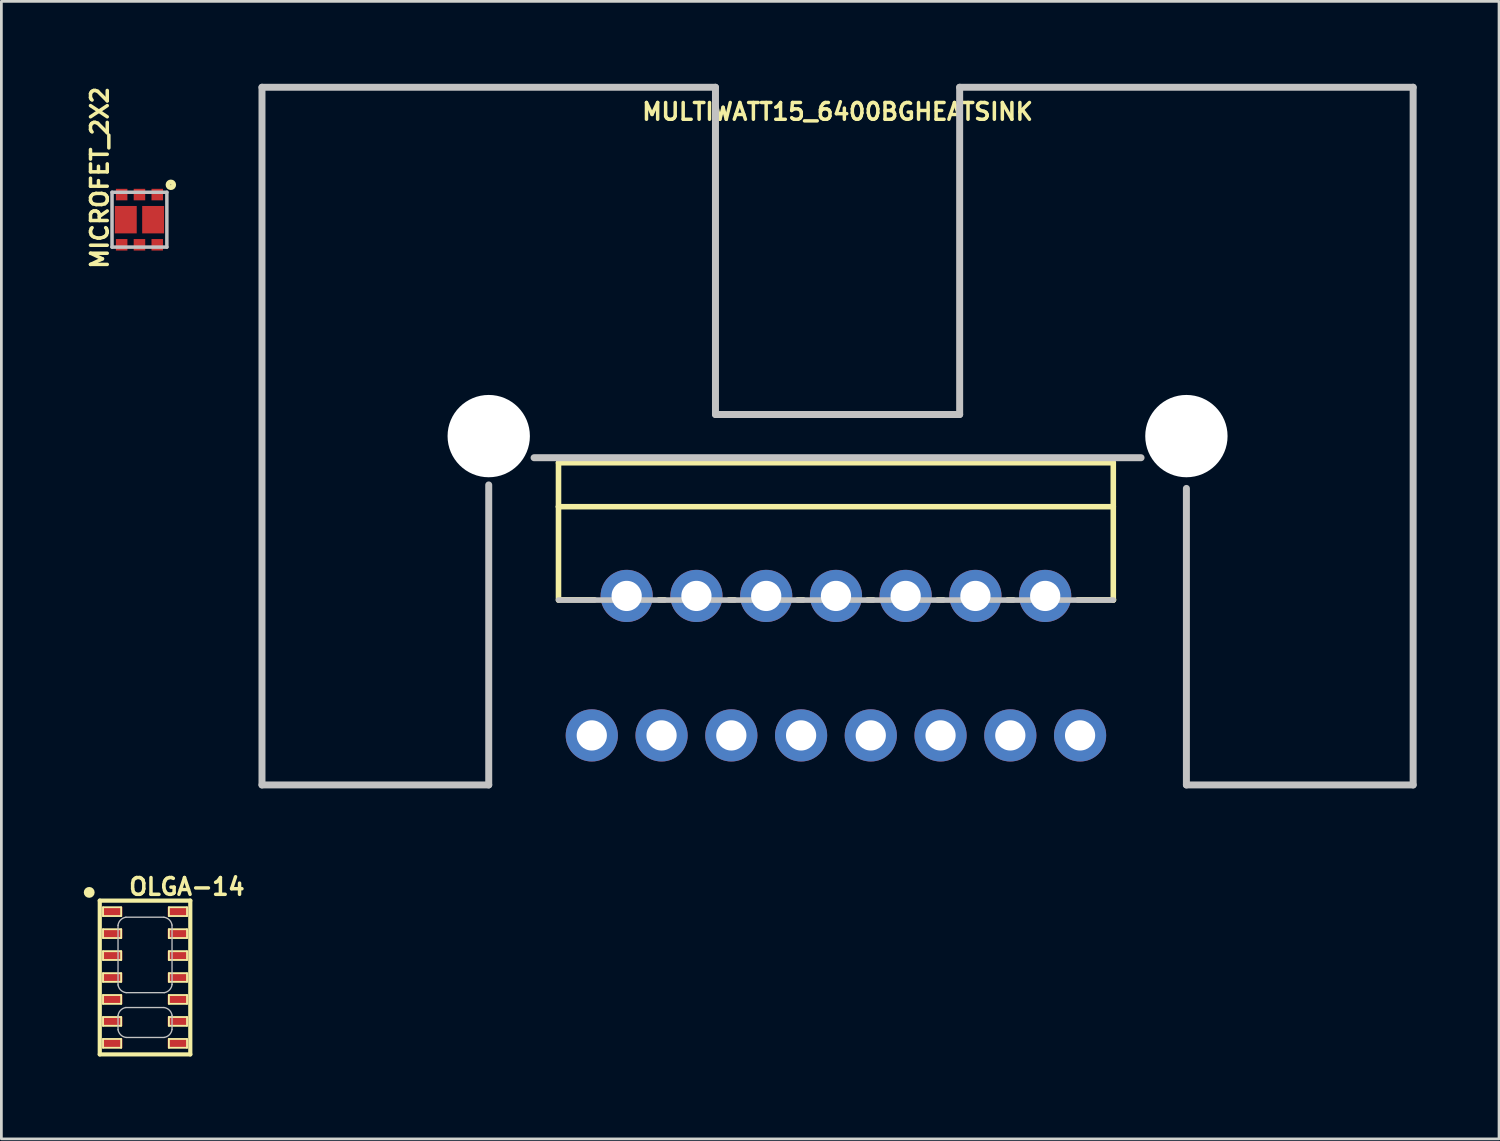
<source format=kicad_pcb>
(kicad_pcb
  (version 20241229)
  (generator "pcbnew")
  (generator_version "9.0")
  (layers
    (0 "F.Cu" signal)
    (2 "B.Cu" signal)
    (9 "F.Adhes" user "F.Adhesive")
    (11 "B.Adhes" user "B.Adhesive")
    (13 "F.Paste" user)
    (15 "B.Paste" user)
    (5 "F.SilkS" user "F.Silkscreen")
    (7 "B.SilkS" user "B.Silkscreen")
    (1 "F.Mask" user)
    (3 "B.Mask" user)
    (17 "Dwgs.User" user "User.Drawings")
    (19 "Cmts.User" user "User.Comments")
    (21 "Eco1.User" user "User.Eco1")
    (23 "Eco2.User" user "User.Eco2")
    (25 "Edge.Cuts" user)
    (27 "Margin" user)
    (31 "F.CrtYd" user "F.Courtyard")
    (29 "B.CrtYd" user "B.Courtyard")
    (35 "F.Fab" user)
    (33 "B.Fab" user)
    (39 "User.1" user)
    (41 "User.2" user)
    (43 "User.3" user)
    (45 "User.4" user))
  (footprint "MULTIWATT15_6400BGHEATSINK"
    (layer "F.Cu")
    (at 27.443 21.336)
    (property "Reference" "MULTIWATT15_6400BGHEATSINK" (at 0 -20.32 0) (layer "F.SilkS") (effects (font (size 0.61 0.61) (thickness 0.127))))
    (attr exclude_from_pos_files exclude_from_bom)
    (fp_line (start -10.16 -7.539) (end 10.038 -7.539) (stroke (width 0.203) (type solid)) (layer "F.SilkS"))
    (fp_line (start -10.16 -5.939) (end -10.16 -7.539) (stroke (width 0.203) (type solid)) (layer "F.SilkS"))
    (fp_line (start -10.16 -5.939) (end 10.038 -5.939) (stroke (width 0.203) (type solid)) (layer "F.SilkS"))
    (fp_line (start -10.16 -2.54) (end -10.16 -5.939) (stroke (width 0.203) (type solid)) (layer "F.SilkS"))
    (fp_line (start -10.15 -2.548) (end -8.849 -2.548) (stroke (width 0.203) (type solid)) (layer "F.SilkS"))
    (fp_line (start -6.5 -2.548) (end -6.299 -2.548) (stroke (width 0.203) (type solid)) (layer "F.SilkS"))
    (fp_line (start -3.95 -2.548) (end -3.749 -2.548) (stroke (width 0.203) (type solid)) (layer "F.SilkS"))
    (fp_line (start -1.448 -2.548) (end -1.25 -2.548) (stroke (width 0.203) (type solid)) (layer "F.SilkS"))
    (fp_line (start 1.1 -2.548) (end 1.298 -2.548) (stroke (width 0.203) (type solid)) (layer "F.SilkS"))
    (fp_line (start 3.65 -2.548) (end 3.848 -2.548) (stroke (width 0.203) (type solid)) (layer "F.SilkS"))
    (fp_line (start 6.198 -2.548) (end 6.398 -2.548) (stroke (width 0.203) (type solid)) (layer "F.SilkS"))
    (fp_line (start 10.038 -7.539) (end 10.038 -5.939) (stroke (width 0.203) (type solid)) (layer "F.SilkS"))
    (fp_line (start 10.038 -5.939) (end 10.038 -2.54) (stroke (width 0.203) (type solid)) (layer "F.SilkS"))
    (fp_line (start 10.048 -2.548) (end 8.748 -2.548) (stroke (width 0.203) (type solid)) (layer "F.SilkS"))
    (fp_line (start -20.955 -21.209) (end -4.445 -21.209) (stroke (width 0.254) (type solid)) (layer "Dwgs.User"))
    (fp_line (start -20.955 4.191) (end -20.955 -21.209) (stroke (width 0.254) (type solid)) (layer "Dwgs.User"))
    (fp_line (start -12.7 -6.731) (end -12.7 4.191) (stroke (width 0.254) (type solid)) (layer "Dwgs.User"))
    (fp_line (start -12.7 4.191) (end -20.955 4.191) (stroke (width 0.254) (type solid)) (layer "Dwgs.User"))
    (fp_line (start -11.049 -7.722) (end 11.049 -7.722) (stroke (width 0.254) (type solid)) (layer "Dwgs.User"))
    (fp_line (start -4.445 -21.209) (end -4.445 -9.296) (stroke (width 0.254) (type solid)) (layer "Dwgs.User"))
    (fp_line (start -4.445 -9.296) (end 4.445 -9.296) (stroke (width 0.254) (type solid)) (layer "Dwgs.User"))
    (fp_line (start 4.445 -21.209) (end 20.955 -21.209) (stroke (width 0.254) (type solid)) (layer "Dwgs.User"))
    (fp_line (start 4.445 -9.296) (end 4.445 -21.209) (stroke (width 0.254) (type solid)) (layer "Dwgs.User"))
    (fp_line (start 10.038 -2.54) (end -10.16 -2.54) (stroke (width 0.203) (type solid)) (layer "Dwgs.User"))
    (fp_line (start 12.7 -6.604) (end 12.7 4.191) (stroke (width 0.254) (type solid)) (layer "Dwgs.User"))
    (fp_line (start 12.7 4.191) (end 20.955 4.191) (stroke (width 0.254) (type solid)) (layer "Dwgs.User"))
    (fp_line (start 20.955 4.191) (end 20.955 -21.209) (stroke (width 0.254) (type solid)) (layer "Dwgs.User"))
    (pad "" np_thru_hole circle (at -12.7 -8.509) (size 2.997 2.997) (drill 2.997) (layers "*.Cu" "*.Mask"))
    (pad "" np_thru_hole circle (at 12.7 -8.509) (size 2.997 2.997) (drill 2.997) (layers "*.Cu" "*.Mask"))
    (pad "1" thru_hole circle (at -8.948 2.388) (size 1.9 1.9) (drill 1.1) (layers "*.Cu" "*.Paste" "*.Mask"))
    (pad "2" thru_hole circle (at -7.678 -2.69) (size 1.9 1.9) (drill 1.1) (layers "*.Cu" "*.Paste" "*.Mask"))
    (pad "3" thru_hole circle (at -6.408 2.388) (size 1.9 1.9) (drill 1.1) (layers "*.Cu" "*.Paste" "*.Mask"))
    (pad "4" thru_hole circle (at -5.138 -2.69) (size 1.9 1.9) (drill 1.1) (layers "*.Cu" "*.Paste" "*.Mask"))
    (pad "5" thru_hole circle (at -3.868 2.388) (size 1.9 1.9) (drill 1.1) (layers "*.Cu" "*.Paste" "*.Mask"))
    (pad "6" thru_hole circle (at -2.598 -2.69) (size 1.9 1.9) (drill 1.1) (layers "*.Cu" "*.Paste" "*.Mask"))
    (pad "7" thru_hole circle (at -1.328 2.388) (size 1.9 1.9) (drill 1.1) (layers "*.Cu" "*.Paste" "*.Mask"))
    (pad "8" thru_hole circle (at -0.058 -2.69) (size 1.9 1.9) (drill 1.1) (layers "*.Cu" "*.Paste" "*.Mask"))
    (pad "9" thru_hole circle (at 1.209 2.388) (size 1.9 1.9) (drill 1.1) (layers "*.Cu" "*.Paste" "*.Mask"))
    (pad "10" thru_hole circle (at 2.479 -2.69) (size 1.9 1.9) (drill 1.1) (layers "*.Cu" "*.Paste" "*.Mask"))
    (pad "11" thru_hole circle (at 3.749 2.388) (size 1.9 1.9) (drill 1.1) (layers "*.Cu" "*.Paste" "*.Mask"))
    (pad "12" thru_hole circle (at 5.019 -2.69) (size 1.9 1.9) (drill 1.1) (layers "*.Cu" "*.Paste" "*.Mask"))
    (pad "13" thru_hole circle (at 6.289 2.388) (size 1.9 1.9) (drill 1.1) (layers "*.Cu" "*.Paste" "*.Mask"))
    (pad "14" thru_hole circle (at 7.559 -2.69) (size 1.9 1.9) (drill 1.1) (layers "*.Cu" "*.Paste" "*.Mask"))
    (pad "15" thru_hole circle (at 8.829 2.388) (size 1.9 1.9) (drill 1.1) (layers "*.Cu" "*.Paste" "*.Mask")))
  (footprint "MICROFET_2X2"
    (layer "F.Cu")
    (at 2.027 4.948)
    (property "Reference" "MICROFET_2X2" (at -1.448 -1.524 90) (layer "F.SilkS") (effects (font (size 0.61 0.61) (thickness 0.127))))
    (attr smd)
    (fp_circle (center 1.143 -1.27) (end 1.143 -1.372) (stroke (width 0.178) (type solid)) (fill no) (layer "F.SilkS"))
    (fp_line (start -0.998 -0.998) (end 0.998 -0.998) (stroke (width 0.127) (type solid)) (layer "Dwgs.User"))
    (fp_line (start -0.998 0.998) (end -0.998 -0.998) (stroke (width 0.127) (type solid)) (layer "Dwgs.User"))
    (fp_line (start 0.998 -0.998) (end 0.998 0.998) (stroke (width 0.127) (type solid)) (layer "Dwgs.User"))
    (fp_line (start 0.998 0.998) (end -0.998 0.998) (stroke (width 0.127) (type solid)) (layer "Dwgs.User"))
    (pad "D1" smd rect (at 0.498 0) (size 0.798 0.998) (layers "F.Cu" "F.Mask" "F.Paste"))
    (pad "D1_2" smd rect (at 0.648 0.914) (size 0.419 0.419) (layers "F.Cu" "F.Mask" "F.Paste"))
    (pad "D2" smd rect (at -0.498 0) (size 0.798 0.998) (layers "F.Cu" "F.Mask" "F.Paste"))
    (pad "D2_2" smd rect (at -0.648 -0.914) (size 0.419 0.419) (layers "F.Cu" "F.Mask" "F.Paste"))
    (pad "G1" smd rect (at 0 -0.914) (size 0.419 0.419) (layers "F.Cu" "F.Mask" "F.Paste"))
    (pad "G2" smd rect (at 0 0.914) (size 0.419 0.419) (layers "F.Cu" "F.Mask" "F.Paste"))
    (pad "S1" smd rect (at 0.648 -0.914) (size 0.419 0.419) (layers "F.Cu" "F.Mask" "F.Paste"))
    (pad "S2" smd rect (at -0.648 0.914) (size 0.419 0.419) (layers "F.Cu" "F.Mask" "F.Paste")))
  (footprint "OLGA-14"
    (layer "F.Cu")
    (at 2.23 32.538)
    (property "Reference" "OLGA-14" (at 1.524 -3.305 0) (layer "F.SilkS") (effects (font (size 0.61 0.61) (thickness 0.127))))
    (attr smd)
    (fp_line (start -1.648 -2.799) (end 1.648 -2.799) (stroke (width 0.152) (type solid)) (layer "F.SilkS"))
    (fp_line (start -1.648 2.799) (end -1.648 -2.799) (stroke (width 0.152) (type solid)) (layer "F.SilkS"))
    (fp_line (start -1.529 -2.558) (end -0.869 -2.558) (stroke (width 0.066) (type solid)) (layer "F.SilkS"))
    (fp_line (start -1.529 -2.238) (end -1.529 -2.558) (stroke (width 0.066) (type solid)) (layer "F.SilkS"))
    (fp_line (start -1.529 -2.238) (end -0.869 -2.238) (stroke (width 0.066) (type solid)) (layer "F.SilkS"))
    (fp_line (start -1.529 -1.758) (end -0.869 -1.758) (stroke (width 0.066) (type solid)) (layer "F.SilkS"))
    (fp_line (start -1.529 -1.438) (end -1.529 -1.758) (stroke (width 0.066) (type solid)) (layer "F.SilkS"))
    (fp_line (start -1.529 -1.438) (end -0.869 -1.438) (stroke (width 0.066) (type solid)) (layer "F.SilkS"))
    (fp_line (start -1.529 -0.958) (end -0.869 -0.958) (stroke (width 0.066) (type solid)) (layer "F.SilkS"))
    (fp_line (start -1.529 -0.638) (end -1.529 -0.958) (stroke (width 0.066) (type solid)) (layer "F.SilkS"))
    (fp_line (start -1.529 -0.638) (end -0.869 -0.638) (stroke (width 0.066) (type solid)) (layer "F.SilkS"))
    (fp_line (start -1.529 -0.157) (end -0.869 -0.157) (stroke (width 0.066) (type solid)) (layer "F.SilkS"))
    (fp_line (start -1.529 0.157) (end -1.529 -0.157) (stroke (width 0.066) (type solid)) (layer "F.SilkS"))
    (fp_line (start -1.529 0.157) (end -0.869 0.157) (stroke (width 0.066) (type solid)) (layer "F.SilkS"))
    (fp_line (start -1.529 0.638) (end -0.869 0.638) (stroke (width 0.066) (type solid)) (layer "F.SilkS"))
    (fp_line (start -1.529 0.958) (end -1.529 0.638) (stroke (width 0.066) (type solid)) (layer "F.SilkS"))
    (fp_line (start -1.529 0.958) (end -0.869 0.958) (stroke (width 0.066) (type solid)) (layer "F.SilkS"))
    (fp_line (start -1.529 1.438) (end -0.869 1.438) (stroke (width 0.066) (type solid)) (layer "F.SilkS"))
    (fp_line (start -1.529 1.758) (end -1.529 1.438) (stroke (width 0.066) (type solid)) (layer "F.SilkS"))
    (fp_line (start -1.529 1.758) (end -0.869 1.758) (stroke (width 0.066) (type solid)) (layer "F.SilkS"))
    (fp_line (start -1.529 2.238) (end -0.869 2.238) (stroke (width 0.066) (type solid)) (layer "F.SilkS"))
    (fp_line (start -1.529 2.558) (end -1.529 2.238) (stroke (width 0.066) (type solid)) (layer "F.SilkS"))
    (fp_line (start -1.529 2.558) (end -0.869 2.558) (stroke (width 0.066) (type solid)) (layer "F.SilkS"))
    (fp_line (start -0.869 -2.238) (end -0.869 -2.558) (stroke (width 0.066) (type solid)) (layer "F.SilkS"))
    (fp_line (start -0.869 -1.438) (end -0.869 -1.758) (stroke (width 0.066) (type solid)) (layer "F.SilkS"))
    (fp_line (start -0.869 -0.638) (end -0.869 -0.958) (stroke (width 0.066) (type solid)) (layer "F.SilkS"))
    (fp_line (start -0.869 0.157) (end -0.869 -0.157) (stroke (width 0.066) (type solid)) (layer "F.SilkS"))
    (fp_line (start -0.869 0.958) (end -0.869 0.638) (stroke (width 0.066) (type solid)) (layer "F.SilkS"))
    (fp_line (start -0.869 1.758) (end -0.869 1.438) (stroke (width 0.066) (type solid)) (layer "F.SilkS"))
    (fp_line (start -0.869 2.558) (end -0.869 2.238) (stroke (width 0.066) (type solid)) (layer "F.SilkS"))
    (fp_line (start 0.869 -2.558) (end 1.529 -2.558) (stroke (width 0.066) (type solid)) (layer "F.SilkS"))
    (fp_line (start 0.869 -2.238) (end 0.869 -2.558) (stroke (width 0.066) (type solid)) (layer "F.SilkS"))
    (fp_line (start 0.869 -2.238) (end 1.529 -2.238) (stroke (width 0.066) (type solid)) (layer "F.SilkS"))
    (fp_line (start 0.869 -1.758) (end 1.529 -1.758) (stroke (width 0.066) (type solid)) (layer "F.SilkS"))
    (fp_line (start 0.869 -1.438) (end 0.869 -1.758) (stroke (width 0.066) (type solid)) (layer "F.SilkS"))
    (fp_line (start 0.869 -1.438) (end 1.529 -1.438) (stroke (width 0.066) (type solid)) (layer "F.SilkS"))
    (fp_line (start 0.869 -0.958) (end 1.529 -0.958) (stroke (width 0.066) (type solid)) (layer "F.SilkS"))
    (fp_line (start 0.869 -0.638) (end 0.869 -0.958) (stroke (width 0.066) (type solid)) (layer "F.SilkS"))
    (fp_line (start 0.869 -0.638) (end 1.529 -0.638) (stroke (width 0.066) (type solid)) (layer "F.SilkS"))
    (fp_line (start 0.869 -0.157) (end 1.529 -0.157) (stroke (width 0.066) (type solid)) (layer "F.SilkS"))
    (fp_line (start 0.869 0.157) (end 0.869 -0.157) (stroke (width 0.066) (type solid)) (layer "F.SilkS"))
    (fp_line (start 0.869 0.157) (end 1.529 0.157) (stroke (width 0.066) (type solid)) (layer "F.SilkS"))
    (fp_line (start 0.869 0.638) (end 1.529 0.638) (stroke (width 0.066) (type solid)) (layer "F.SilkS"))
    (fp_line (start 0.869 0.958) (end 0.869 0.638) (stroke (width 0.066) (type solid)) (layer "F.SilkS"))
    (fp_line (start 0.869 0.958) (end 1.529 0.958) (stroke (width 0.066) (type solid)) (layer "F.SilkS"))
    (fp_line (start 0.869 1.438) (end 1.529 1.438) (stroke (width 0.066) (type solid)) (layer "F.SilkS"))
    (fp_line (start 0.869 1.758) (end 0.869 1.438) (stroke (width 0.066) (type solid)) (layer "F.SilkS"))
    (fp_line (start 0.869 1.758) (end 1.529 1.758) (stroke (width 0.066) (type solid)) (layer "F.SilkS"))
    (fp_line (start 0.869 2.238) (end 1.529 2.238) (stroke (width 0.066) (type solid)) (layer "F.SilkS"))
    (fp_line (start 0.869 2.558) (end 0.869 2.238) (stroke (width 0.066) (type solid)) (layer "F.SilkS"))
    (fp_line (start 0.869 2.558) (end 1.529 2.558) (stroke (width 0.066) (type solid)) (layer "F.SilkS"))
    (fp_line (start 1.529 -2.238) (end 1.529 -2.558) (stroke (width 0.066) (type solid)) (layer "F.SilkS"))
    (fp_line (start 1.529 -1.438) (end 1.529 -1.758) (stroke (width 0.066) (type solid)) (layer "F.SilkS"))
    (fp_line (start 1.529 -0.638) (end 1.529 -0.958) (stroke (width 0.066) (type solid)) (layer "F.SilkS"))
    (fp_line (start 1.529 0.157) (end 1.529 -0.157) (stroke (width 0.066) (type solid)) (layer "F.SilkS"))
    (fp_line (start 1.529 0.958) (end 1.529 0.638) (stroke (width 0.066) (type solid)) (layer "F.SilkS"))
    (fp_line (start 1.529 1.758) (end 1.529 1.438) (stroke (width 0.066) (type solid)) (layer "F.SilkS"))
    (fp_line (start 1.529 2.558) (end 1.529 2.238) (stroke (width 0.066) (type solid)) (layer "F.SilkS"))
    (fp_line (start 1.648 -2.799) (end 1.648 2.799) (stroke (width 0.152) (type solid)) (layer "F.SilkS"))
    (fp_line (start 1.648 2.799) (end -1.648 2.799) (stroke (width 0.152) (type solid)) (layer "F.SilkS"))
    (fp_circle (center -2.032 -3.099) (end -2.032 -3.198) (stroke (width 0.198) (type solid)) (fill no) (layer "F.SilkS"))
    (fp_line (start -0.983 0.269) (end -0.983 -1.9) (stroke (width 0.048) (type solid)) (layer "Dwgs.User"))
    (fp_line (start -0.983 1.9) (end -0.983 1.389) (stroke (width 0.048) (type solid)) (layer "Dwgs.User"))
    (fp_line (start -0.699 -2.195) (end 0.688 -2.195) (stroke (width 0.048) (type solid)) (layer "Dwgs.User"))
    (fp_line (start -0.699 1.092) (end 0.688 1.092) (stroke (width 0.048) (type solid)) (layer "Dwgs.User"))
    (fp_line (start 0.699 0.551) (end -0.688 0.551) (stroke (width 0.048) (type solid)) (layer "Dwgs.User"))
    (fp_line (start 0.699 2.182) (end -0.688 2.182) (stroke (width 0.048) (type solid)) (layer "Dwgs.User"))
    (fp_line (start 0.983 -1.908) (end 0.983 0.259) (stroke (width 0.048) (type solid)) (layer "Dwgs.User"))
    (fp_line (start 0.983 1.379) (end 0.983 1.89) (stroke (width 0.048) (type solid)) (layer "Dwgs.User"))
    (fp_arc (start -0.98298 -1.89992) (mid -0.889083 -2.095415) (end -0.696703 -2.195539) (stroke (width 0.04826) (type solid)) (layer "Dwgs.User"))
    (fp_arc (start -0.98298 1.38938) (mid -0.890606 1.193378) (end -0.699141 1.091934) (stroke (width 0.04826) (type solid)) (layer "Dwgs.User"))
    (fp_arc (start -0.68834 0.55118) (mid -0.882819 0.459314) (end -0.983348 0.269168) (stroke (width 0.04826) (type solid)) (layer "Dwgs.User"))
    (fp_arc (start -0.68834 2.18186) (mid -0.882819 2.089994) (end -0.983348 1.899848) (stroke (width 0.04826) (type solid)) (layer "Dwgs.User"))
    (fp_arc (start 0.68834 -2.19456) (mid 0.882311 -2.10117) (end 0.981521 -1.91011) (stroke (width 0.04826) (type solid)) (layer "Dwgs.User"))
    (fp_arc (start 0.68834 1.0922) (mid 0.883835 1.186097) (end 0.983959 1.378477) (stroke (width 0.04826) (type solid)) (layer "Dwgs.User"))
    (fp_arc (start 0.98298 0.25908) (mid 0.88959 0.453051) (end 0.69853 0.552261) (stroke (width 0.04826) (type solid)) (layer "Dwgs.User"))
    (fp_arc (start 0.98298 1.88976) (mid 0.888067 2.083224) (end 0.696093 2.181114) (stroke (width 0.04826) (type solid)) (layer "Dwgs.User"))
    (pad "1" smd rect (at -1.199 -2.398) (size 0.749 0.348) (layers "F.Cu" "F.Mask" "F.Paste"))
    (pad "2" smd rect (at -1.199 -1.598) (size 0.749 0.348) (layers "F.Cu" "F.Mask" "F.Paste"))
    (pad "3" smd rect (at -1.199 -0.798) (size 0.749 0.348) (layers "F.Cu" "F.Mask" "F.Paste"))
    (pad "4" smd rect (at -1.199 0) (size 0.749 0.348) (layers "F.Cu" "F.Mask" "F.Paste"))
    (pad "5" smd rect (at -1.199 0.798) (size 0.749 0.348) (layers "F.Cu" "F.Mask" "F.Paste"))
    (pad "6" smd rect (at -1.199 1.598) (size 0.749 0.348) (layers "F.Cu" "F.Mask" "F.Paste"))
    (pad "7" smd rect (at -1.199 2.398) (size 0.749 0.348) (layers "F.Cu" "F.Mask" "F.Paste"))
    (pad "8" smd rect (at 1.199 2.398) (size 0.749 0.348) (layers "F.Cu" "F.Mask" "F.Paste"))
    (pad "9" smd rect (at 1.199 1.598) (size 0.749 0.348) (layers "F.Cu" "F.Mask" "F.Paste"))
    (pad "10" smd rect (at 1.199 0.798) (size 0.749 0.348) (layers "F.Cu" "F.Mask" "F.Paste"))
    (pad "11" smd rect (at 1.199 0) (size 0.749 0.348) (layers "F.Cu" "F.Mask" "F.Paste"))
    (pad "12" smd rect (at 1.199 -0.798) (size 0.749 0.348) (layers "F.Cu" "F.Mask" "F.Paste"))
    (pad "13" smd rect (at 1.199 -1.598) (size 0.749 0.348) (layers "F.Cu" "F.Mask" "F.Paste"))
    (pad "14" smd rect (at 1.199 -2.398) (size 0.749 0.348) (layers "F.Cu" "F.Mask" "F.Paste")))
  (gr_rect
    (start -3 -3)
    (end 51.525 38.413)
    (stroke (width 0.1) (type default))
    (fill no)
    (layer "Edge.Cuts")))
</source>
